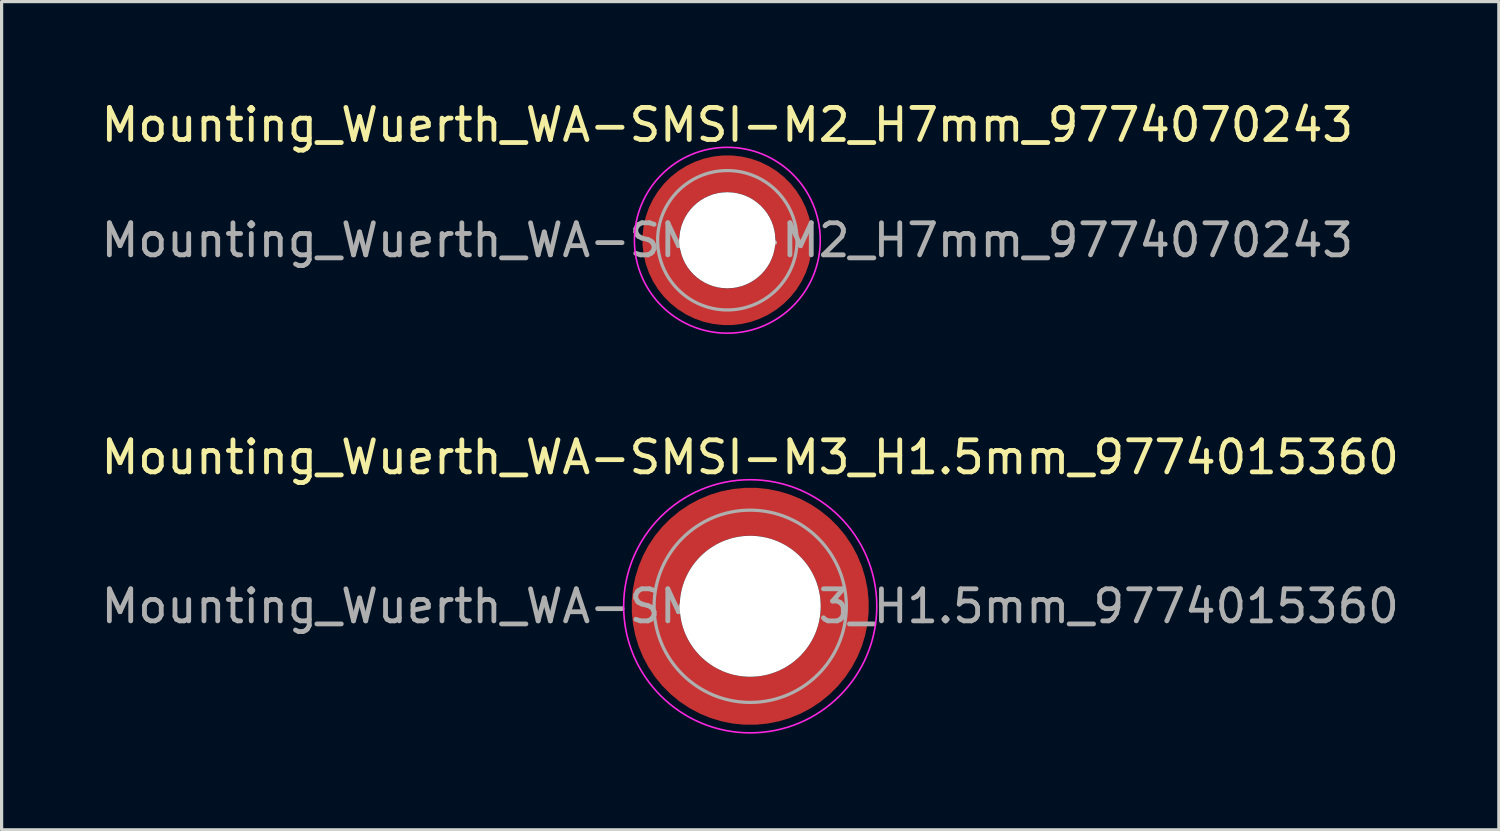
<source format=kicad_pcb>
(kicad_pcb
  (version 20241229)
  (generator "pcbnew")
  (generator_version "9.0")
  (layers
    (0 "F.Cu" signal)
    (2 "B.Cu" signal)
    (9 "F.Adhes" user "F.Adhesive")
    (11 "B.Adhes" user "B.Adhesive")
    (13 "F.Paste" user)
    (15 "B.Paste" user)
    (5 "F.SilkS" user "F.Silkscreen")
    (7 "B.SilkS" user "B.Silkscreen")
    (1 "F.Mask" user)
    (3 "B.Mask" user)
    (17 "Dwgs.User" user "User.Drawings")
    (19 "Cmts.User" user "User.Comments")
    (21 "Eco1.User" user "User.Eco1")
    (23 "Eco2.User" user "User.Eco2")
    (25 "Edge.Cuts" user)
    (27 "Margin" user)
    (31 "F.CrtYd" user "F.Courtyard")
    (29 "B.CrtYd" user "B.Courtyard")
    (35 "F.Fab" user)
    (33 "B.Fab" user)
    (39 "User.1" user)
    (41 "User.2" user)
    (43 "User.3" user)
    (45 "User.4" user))
  (footprint "Mounting_Wuerth_WA-SMSI-M2_H7mm_9774070243"
    (layer "F.Cu")
    (at 19.649 4.448)
    (property "Reference" "Mounting_Wuerth_WA-SMSI-M2_H7mm_9774070243" (at 0 -3.6 0) (layer "F.SilkS") (effects (font (size 1 1) (thickness 0.15))))
    (attr smd)
    (fp_circle (center 0 0) (end 2.9 0) (stroke (width 0.05) (type solid)) (fill no) (layer "F.CrtYd"))
    (fp_circle (center 0 0) (end 2.175 0) (stroke (width 0.1) (type solid)) (fill no) (layer "F.Fab"))
    (fp_text user "${REFERENCE}" (at 0 0 0) (layer "F.Fab") (effects (font (size 1 1) (thickness 0.15))))
    (pad "" smd custom (at -1.453 -1.453) (size 0.61 0.61) (layers "F.Paste") (options (anchor circle)) (primitives (gr_arc (start -0.147677 1.053104) (mid 0.285964 0.286792) (end 1.051968 -0.147393) (width 0.2)) (gr_arc (start -0.240295 1.053104) (mid 0.22253 0.222946) (end 1.052531 -0.24016) (width 0.2)) (gr_arc (start -0.332645 1.053104) (mid 0.158548 0.15965) (end 1.051583 -0.332304) (width 0.2)) (gr_arc (start -0.424767 1.053104) (mid 0.09486 0.096059) (end 1.051446 -0.424413) (width 0.2)) (gr_arc (start -0.516693 1.053104) (mid 0.031293 0.032346) (end 1.051645 -0.516396) (width 0.2)) (gr_arc (start -0.608448 1.053104) (mid -0.032323 -0.031316) (end 1.051707 -0.608176) (width 0.2)) (gr_arc (start -0.700056 1.053104) (mid -0.09616 -0.094758) (end 1.051155 -0.699693) (width 0.2)) (gr_arc (start -0.791534 1.053104) (mid -0.160388 -0.15781) (end 1.049515 -0.790891) (width 0.2)) (gr_arc (start -0.882896 1.053104) (mid -0.223713 -0.221764) (end 1.050388 -0.882429) (width 0.2)) (gr_arc (start -0.974157 1.053104) (mid -0.287654 -0.2851) (end 1.049541 -0.973566) (width 0.2)) (gr_line (start 1.053 -0.148) (end 1.053 -0.974) (width 0.2)) (gr_line (start -0.148 1.053) (end -0.974 1.053) (width 0.2))))
    (pad "" smd custom (at -1.453 1.453) (size 0.61 0.61) (layers "F.Paste") (options (anchor circle)) (primitives (gr_arc (start 1.053104 0.147677) (mid 0.286792 -0.285964) (end -0.147393 -1.051968) (width 0.2)) (gr_arc (start 1.053104 0.240295) (mid 0.222946 -0.22253) (end -0.24016 -1.052531) (width 0.2)) (gr_arc (start 1.053104 0.332645) (mid 0.15965 -0.158548) (end -0.332304 -1.051583) (width 0.2)) (gr_arc (start 1.053104 0.424767) (mid 0.096059 -0.09486) (end -0.424413 -1.051446) (width 0.2)) (gr_arc (start 1.053104 0.516693) (mid 0.032346 -0.031293) (end -0.516396 -1.051645) (width 0.2)) (gr_arc (start 1.053104 0.608448) (mid -0.031316 0.032323) (end -0.608176 -1.051707) (width 0.2)) (gr_arc (start 1.053104 0.700056) (mid -0.094758 0.09616) (end -0.699693 -1.051155) (width 0.2)) (gr_arc (start 1.053104 0.791534) (mid -0.15781 0.160388) (end -0.790891 -1.049515) (width 0.2)) (gr_arc (start 1.053104 0.882896) (mid -0.221765 0.223713) (end -0.882429 -1.050388) (width 0.2)) (gr_arc (start 1.053104 0.974157) (mid -0.2851 0.287654) (end -0.973566 -1.049541) (width 0.2)) (gr_line (start -0.148 -1.053) (end -0.974 -1.053) (width 0.2)) (gr_line (start 1.053 0.148) (end 1.053 0.974) (width 0.2))))
    (pad "" np_thru_hole circle (at 0 0) (size 3 3) (drill 3) (layers "*.Cu" "*.Mask"))
    (pad "" smd custom (at 1.453 -1.453) (size 0.61 0.61) (layers "F.Paste") (options (anchor circle)) (primitives (gr_arc (start -1.053104 -0.147677) (mid -0.286792 0.285964) (end 0.147393 1.051968) (width 0.2)) (gr_arc (start -1.053104 -0.240295) (mid -0.222946 0.22253) (end 0.24016 1.052531) (width 0.2)) (gr_arc (start -1.053104 -0.332645) (mid -0.15965 0.158548) (end 0.332304 1.051583) (width 0.2)) (gr_arc (start -1.053104 -0.424767) (mid -0.096059 0.09486) (end 0.424413 1.051446) (width 0.2)) (gr_arc (start -1.053104 -0.516693) (mid -0.032346 0.031293) (end 0.516396 1.051645) (width 0.2)) (gr_arc (start -1.053104 -0.608448) (mid 0.031316 -0.032323) (end 0.608176 1.051707) (width 0.2)) (gr_arc (start -1.053104 -0.700056) (mid 0.094758 -0.09616) (end 0.699693 1.051155) (width 0.2)) (gr_arc (start -1.053104 -0.791534) (mid 0.15781 -0.160388) (end 0.790891 1.049515) (width 0.2)) (gr_arc (start -1.053104 -0.882896) (mid 0.221764 -0.223713) (end 0.882429 1.050388) (width 0.2)) (gr_arc (start -1.053104 -0.974157) (mid 0.2851 -0.287654) (end 0.973566 1.049541) (width 0.2)) (gr_line (start 0.148 1.053) (end 0.974 1.053) (width 0.2)) (gr_line (start -1.053 -0.148) (end -1.053 -0.974) (width 0.2))))
    (pad "" smd custom (at 1.453 1.453) (size 0.61 0.61) (layers "F.Paste") (options (anchor circle)) (primitives (gr_arc (start 0.147677 -1.053104) (mid -0.285964 -0.286792) (end -1.051968 0.147393) (width 0.2)) (gr_arc (start 0.240295 -1.053104) (mid -0.22253 -0.222946) (end -1.052531 0.24016) (width 0.2)) (gr_arc (start 0.332645 -1.053104) (mid -0.158548 -0.15965) (end -1.051583 0.332304) (width 0.2)) (gr_arc (start 0.424767 -1.053104) (mid -0.09486 -0.096059) (end -1.051446 0.424413) (width 0.2)) (gr_arc (start 0.516693 -1.053104) (mid -0.031293 -0.032346) (end -1.051645 0.516396) (width 0.2)) (gr_arc (start 0.608448 -1.053104) (mid 0.032323 0.031316) (end -1.051707 0.608176) (width 0.2)) (gr_arc (start 0.700056 -1.053104) (mid 0.09616 0.094758) (end -1.051155 0.699693) (width 0.2)) (gr_arc (start 0.791534 -1.053104) (mid 0.160388 0.15781) (end -1.049515 0.790891) (width 0.2)) (gr_arc (start 0.882896 -1.053104) (mid 0.223713 0.221764) (end -1.050388 0.882429) (width 0.2)) (gr_arc (start 0.974157 -1.053104) (mid 0.287654 0.2851) (end -1.049541 0.973566) (width 0.2)) (gr_line (start -1.053 0.148) (end -1.053 0.974) (width 0.2)) (gr_line (start 0.148 -1.053) (end 0.974 -1.053) (width 0.2))))
    (pad "1" smd circle (at -2.075 0) (size 0.75 0.75) (layers "F.Cu"))
    (pad "1" smd circle (at 0 -2.075) (size 0.75 0.75) (layers "F.Cu"))
    (pad "1" smd circle (at 0 2.075) (size 0.75 0.75) (layers "F.Cu"))
    (pad "1" smd custom (at 2.075 0) (size 0.75 0.75) (layers "F.Cu" "F.Mask") (options (anchor circle)) (primitives (gr_circle (center -2.075 0) (end 0 0) (width 1.15) (fill no)))))
  (footprint "Mounting_Wuerth_WA-SMSI-M3_H1.5mm_9774015360"
    (layer "F.Cu")
    (at 20.363 15.871)
    (property "Reference" "Mounting_Wuerth_WA-SMSI-M3_H1.5mm_9774015360" (at 0 -4.65 0) (layer "F.SilkS") (effects (font (size 1 1) (thickness 0.15))))
    (attr smd)
    (fp_circle (center 0 0) (end 3.95 0) (stroke (width 0.05) (type solid)) (fill no) (layer "F.CrtYd"))
    (fp_circle (center 0 0) (end 3 0) (stroke (width 0.1) (type solid)) (fill no) (layer "F.Fab"))
    (fp_text user "${REFERENCE}" (at 0 0 0) (layer "F.Fab") (effects (font (size 1 1) (thickness 0.15))))
    (pad "" smd custom (at -2.058 -2.058) (size 0.7 0.7) (layers "F.Paste") (options (anchor circle)) (primitives (gr_arc (start -0.377294 1.707681) (mid 0.317578 0.318817) (end 1.705947 -0.377044) (width 0.2)) (gr_arc (start -0.478281 1.707681) (mid 0.246161 0.248814) (end 1.703965 -0.477765) (width 0.2)) (gr_arc (start -0.579192 1.707681) (mid 0.175492 0.178063) (end 1.704077 -0.578711) (width 0.2)) (gr_arc (start -0.680037 1.707681) (mid 0.105568 0.106564) (end 1.706284 -0.679858) (width 0.2)) (gr_arc (start -0.780822 1.707681) (mid 0.034627 0.036085) (end 1.705634 -0.780569) (width 0.2)) (gr_arc (start -0.881554 1.707681) (mid -0.035694 -0.035016) (end 1.706729 -0.881441) (width 0.2)) (gr_arc (start -0.982237 1.707681) (mid -0.107281 -0.10485) (end 1.704266 -0.981843) (width 0.2)) (gr_arc (start -1.082877 1.707681) (mid -0.178372 -0.175181) (end 1.703197 -1.082374) (width 0.2)) (gr_arc (start -1.183476 1.707681) (mid -0.248964 -0.246008) (end 1.703525 -1.183025) (width 0.2)) (gr_arc (start -1.28404 1.707681) (mid -0.319062 -0.317334) (end 1.70525 -1.283784) (width 0.2)) (gr_line (start 1.708 -0.377) (end 1.708 -1.284) (width 0.2)) (gr_line (start -0.377 1.708) (end -1.284 1.708) (width 0.2))))
    (pad "" smd custom (at -2.058 2.058) (size 0.7 0.7) (layers "F.Paste") (options (anchor circle)) (primitives (gr_arc (start 1.707681 0.377294) (mid 0.318817 -0.317578) (end -0.377044 -1.705947) (width 0.2)) (gr_arc (start 1.707681 0.478281) (mid 0.248814 -0.246161) (end -0.477765 -1.703965) (width 0.2)) (gr_arc (start 1.707681 0.579192) (mid 0.178063 -0.175492) (end -0.578711 -1.704077) (width 0.2)) (gr_arc (start 1.707681 0.680037) (mid 0.106564 -0.105568) (end -0.679858 -1.706284) (width 0.2)) (gr_arc (start 1.707681 0.780822) (mid 0.036085 -0.034626) (end -0.780569 -1.705634) (width 0.2)) (gr_arc (start 1.707681 0.881554) (mid -0.035016 0.035694) (end -0.881441 -1.706729) (width 0.2)) (gr_arc (start 1.707681 0.982237) (mid -0.10485 0.107281) (end -0.981842 -1.704266) (width 0.2)) (gr_arc (start 1.707681 1.082877) (mid -0.175181 0.178372) (end -1.082374 -1.703197) (width 0.2)) (gr_arc (start 1.707681 1.183476) (mid -0.246008 0.248964) (end -1.183025 -1.703525) (width 0.2)) (gr_arc (start 1.707681 1.28404) (mid -0.317334 0.319062) (end -1.283784 -1.70525) (width 0.2)) (gr_line (start -0.377 -1.708) (end -1.284 -1.708) (width 0.2)) (gr_line (start 1.708 0.377) (end 1.708 1.284) (width 0.2))))
    (pad "" np_thru_hole circle (at 0 0) (size 4.4 4.4) (drill 4.4) (layers "*.Cu" "*.Mask"))
    (pad "" smd custom (at 2.058 -2.058) (size 0.7 0.7) (layers "F.Paste") (options (anchor circle)) (primitives (gr_arc (start -1.707681 -0.377294) (mid -0.318817 0.317579) (end 0.377044 1.705947) (width 0.2)) (gr_arc (start -1.707681 -0.478281) (mid -0.248814 0.246161) (end 0.477765 1.703965) (width 0.2)) (gr_arc (start -1.707681 -0.579192) (mid -0.178063 0.175492) (end 0.578711 1.704077) (width 0.2)) (gr_arc (start -1.707681 -0.680037) (mid -0.106564 0.105568) (end 0.679858 1.706284) (width 0.2)) (gr_arc (start -1.707681 -0.780822) (mid -0.036085 0.034627) (end 0.780569 1.705634) (width 0.2)) (gr_arc (start -1.707681 -0.881554) (mid 0.035016 -0.035694) (end 0.881441 1.706729) (width 0.2)) (gr_arc (start -1.707681 -0.982237) (mid 0.10485 -0.107281) (end 0.981843 1.704266) (width 0.2)) (gr_arc (start -1.707681 -1.082877) (mid 0.175181 -0.178372) (end 1.082374 1.703197) (width 0.2)) (gr_arc (start -1.707681 -1.183476) (mid 0.246008 -0.248964) (end 1.183025 1.703525) (width 0.2)) (gr_arc (start -1.707681 -1.28404) (mid 0.317333 -0.319062) (end 1.283784 1.70525) (width 0.2)) (gr_line (start 0.377 1.708) (end 1.284 1.708) (width 0.2)) (gr_line (start -1.708 -0.377) (end -1.708 -1.284) (width 0.2))))
    (pad "" smd custom (at 2.058 2.058) (size 0.7 0.7) (layers "F.Paste") (options (anchor circle)) (primitives (gr_arc (start 0.377294 -1.707681) (mid -0.317579 -0.318817) (end -1.705947 0.377044) (width 0.2)) (gr_arc (start 0.478281 -1.707681) (mid -0.246161 -0.248814) (end -1.703965 0.477765) (width 0.2)) (gr_arc (start 0.579192 -1.707681) (mid -0.175492 -0.178063) (end -1.704077 0.578711) (width 0.2)) (gr_arc (start 0.680037 -1.707681) (mid -0.105568 -0.106564) (end -1.706284 0.679858) (width 0.2)) (gr_arc (start 0.780822 -1.707681) (mid -0.034627 -0.036085) (end -1.705634 0.780569) (width 0.2)) (gr_arc (start 0.881554 -1.707681) (mid 0.035694 0.035016) (end -1.706729 0.881441) (width 0.2)) (gr_arc (start 0.982237 -1.707681) (mid 0.107281 0.10485) (end -1.704266 0.981843) (width 0.2)) (gr_arc (start 1.082877 -1.707681) (mid 0.178372 0.175181) (end -1.703197 1.082374) (width 0.2)) (gr_arc (start 1.183476 -1.707681) (mid 0.248964 0.246008) (end -1.703525 1.183025) (width 0.2)) (gr_arc (start 1.28404 -1.707681) (mid 0.319062 0.317333) (end -1.70525 1.283784) (width 0.2)) (gr_line (start -1.708 0.377) (end -1.708 1.284) (width 0.2)) (gr_line (start 0.377 -1.708) (end 1.284 -1.708) (width 0.2))))
    (pad "1" smd circle (at -2.95 0) (size 1.1 1.1) (layers "F.Cu"))
    (pad "1" smd circle (at 0 -2.95) (size 1.1 1.1) (layers "F.Cu"))
    (pad "1" smd circle (at 0 2.95) (size 1.1 1.1) (layers "F.Cu"))
    (pad "1" smd custom (at 2.95 0) (size 1.1 1.1) (layers "F.Cu" "F.Mask") (options (anchor circle)) (primitives (gr_circle (center -2.95 0) (end 0 0) (width 1.5) (fill no)))))
  (gr_rect
    (start -3 -3)
    (end 43.726 22.846)
    (stroke (width 0.1) (type default))
    (fill no)
    (layer "Edge.Cuts")))
</source>
